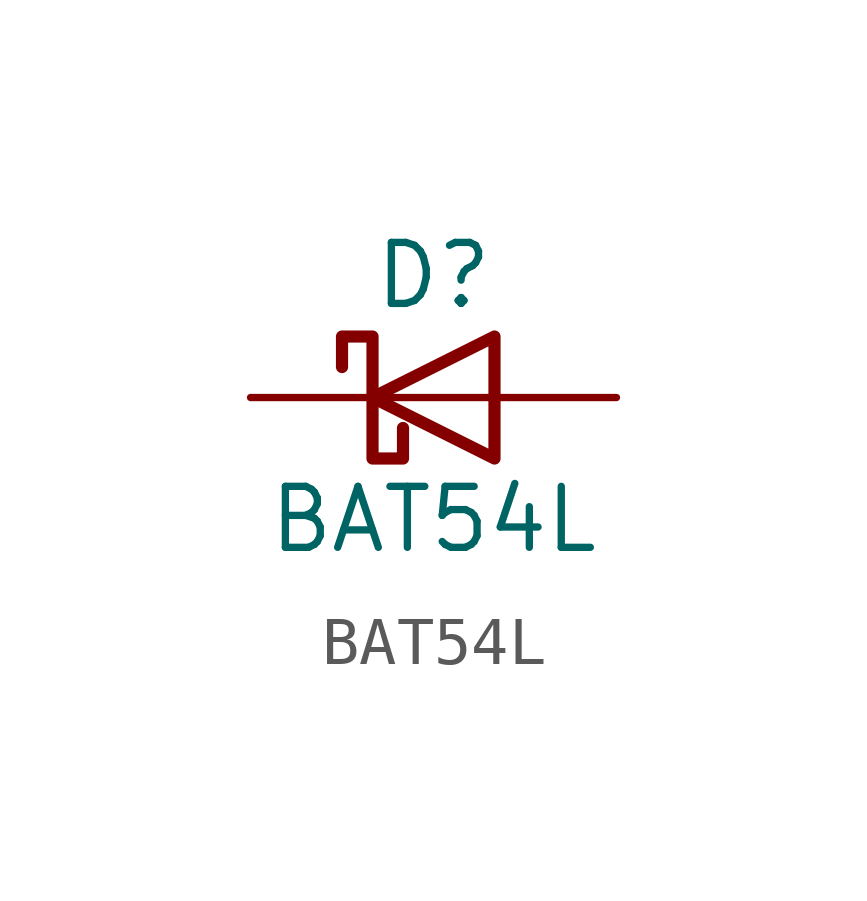
<source format=kicad_sym>
(kicad_symbol_lib
  (version 20220914)
  (generator kicad_symbol_editor)
  (symbol "BAT54L"
    (pin_numbers hide)
    (pin_names
      (offset 1.016) hide)
    (property "Reference" "D"
      (at 0 2.54 0)
      (effects (font (size 1.27 1.27))))
    (property "Value" "BAT54L"
      (at 0 -2.54 0)
      (effects (font (size 1.27 1.27))))
    (symbol "BAT54L_0_1"
      (polyline (pts (xy 1.27 0) (xy -1.27 0)) (stroke (width 0) (type default)) (fill (type none)))
      (polyline (pts (xy 1.27 1.27) (xy 1.27 -1.27) (xy -1.27 0) (xy 1.27 1.27)) (stroke (width 0.254) (type default)) (fill (type none)))
      (polyline (pts (xy -1.905 0.635) (xy -1.905 1.27) (xy -1.27 1.27) (xy -1.27 -1.27) (xy -0.635 -1.27) (xy -0.635 -0.635)) (stroke (width 0.254) (type default)) (fill (type none))))
    (symbol "BAT54L_1_1"
      (pin passive line (at 3.81 0 180) (length 2.54) (name "Anode" (effects (font (size 1.27 1.27)))) (number "1" (effects (font (size 1.27 1.27)))))
      (pin passive line (at -3.81 0 0) (length 2.54) (name "Cathode" (effects (font (size 1.27 1.27)))) (number "3" (effects (font (size 1.27 1.27))))))))
</source>
